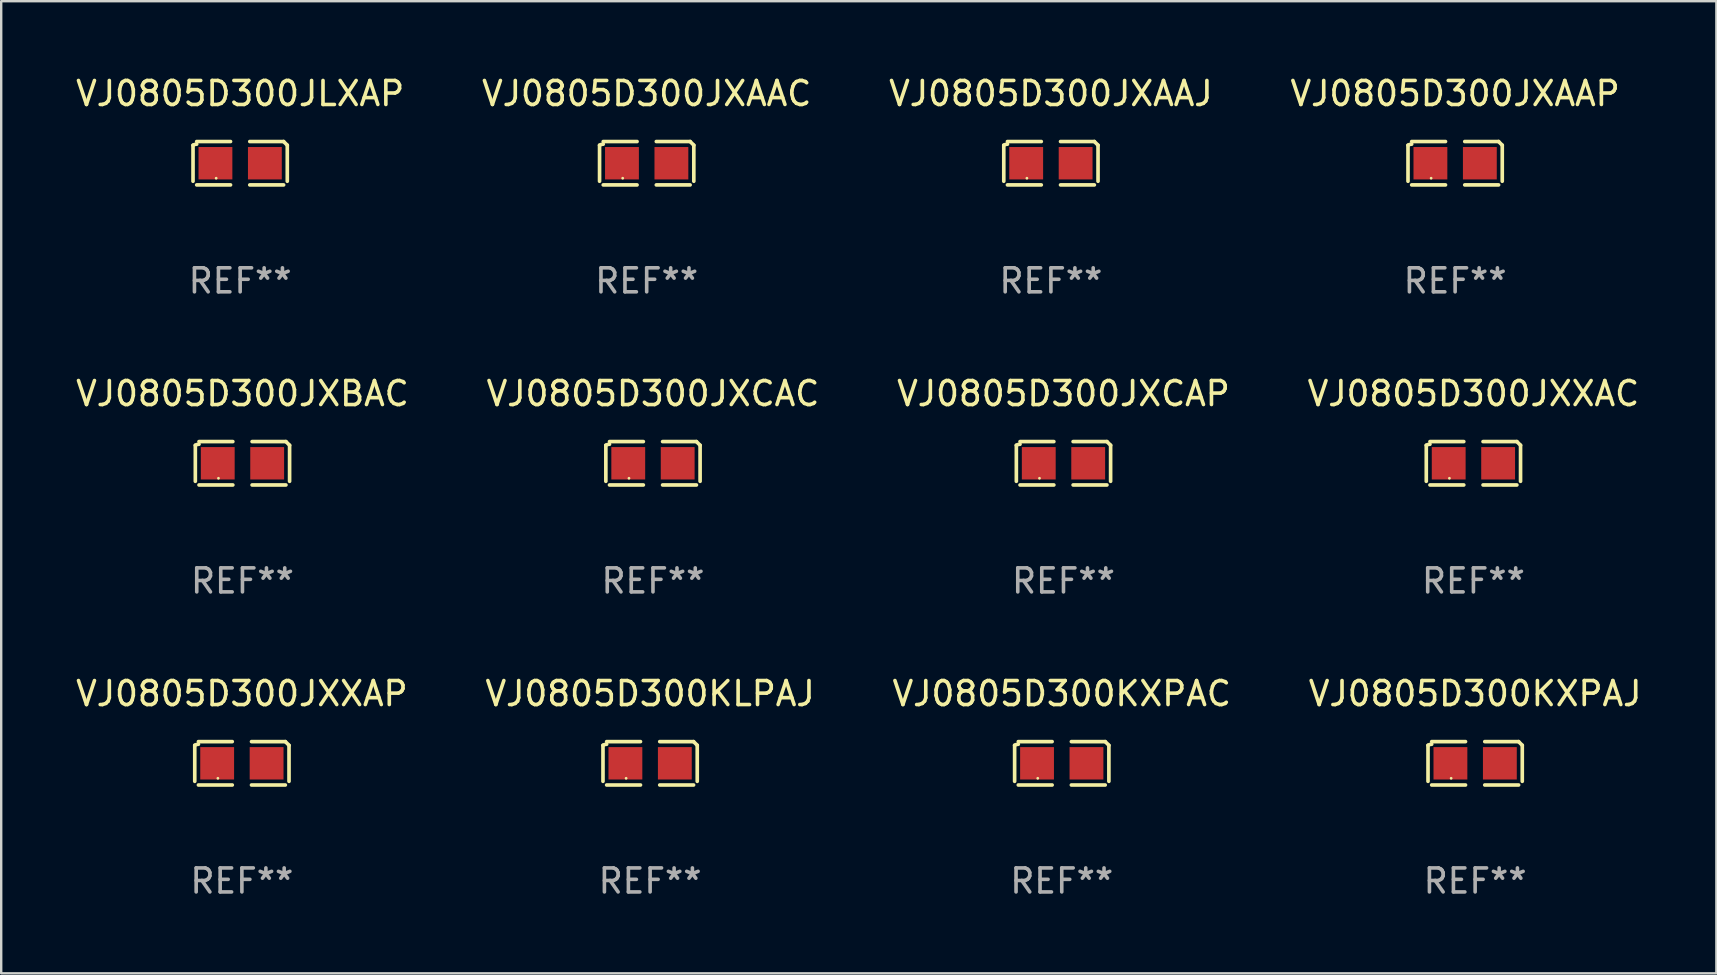
<source format=kicad_pcb>
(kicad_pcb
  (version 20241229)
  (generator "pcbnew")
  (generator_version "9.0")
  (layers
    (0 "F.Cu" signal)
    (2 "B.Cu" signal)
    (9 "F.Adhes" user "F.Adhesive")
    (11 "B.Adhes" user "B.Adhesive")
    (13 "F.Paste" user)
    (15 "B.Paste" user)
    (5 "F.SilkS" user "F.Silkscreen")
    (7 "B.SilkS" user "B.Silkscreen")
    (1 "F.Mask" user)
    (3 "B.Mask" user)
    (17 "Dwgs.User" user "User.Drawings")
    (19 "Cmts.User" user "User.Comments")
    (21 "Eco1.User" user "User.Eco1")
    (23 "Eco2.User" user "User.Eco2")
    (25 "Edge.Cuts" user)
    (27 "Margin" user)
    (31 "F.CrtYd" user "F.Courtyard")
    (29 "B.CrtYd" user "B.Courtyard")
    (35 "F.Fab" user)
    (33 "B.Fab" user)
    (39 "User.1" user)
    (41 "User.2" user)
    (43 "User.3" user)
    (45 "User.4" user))
  (footprint "VJ0805D300JXAAC"
    (layer "F.Cu")
    (at 23.899 3.752)
    (property "Reference" "VJ0805D300JXAAC" (at 0 -2.904 0) (layer "F.SilkS") (effects (font (size 1 1) (thickness 0.15))))
    (attr through_hole)
    (fp_line (start -1.964 0.751) (end -1.964 -0.751) (stroke (width 0.152) (type solid)) (layer "F.SilkS"))
    (fp_line (start -1.811 -0.904) (end -0.401 -0.904) (stroke (width 0.152) (type solid)) (layer "F.SilkS"))
    (fp_line (start -0.401 0.904) (end -1.811 0.904) (stroke (width 0.152) (type solid)) (layer "F.SilkS"))
    (fp_line (start 0.401 0.904) (end 1.811 0.904) (stroke (width 0.152) (type solid)) (layer "F.SilkS"))
    (fp_line (start 1.811 -0.904) (end 0.401 -0.904) (stroke (width 0.152) (type solid)) (layer "F.SilkS"))
    (fp_line (start 1.964 0.751) (end 1.964 -0.751) (stroke (width 0.152) (type solid)) (layer "F.SilkS"))
    (fp_arc (start -1.963602 -0.751207) (mid -1.890354 -0.783131) (end -1.811201 -0.794044) (stroke (width 0.1524) (type solid)) (layer "F.SilkS"))
    (fp_arc (start 1.811202 -0.903607) (mid 1.887413 -0.827418) (end 1.963602 -0.751207) (stroke (width 0.1524) (type solid)) (layer "F.SilkS"))
    (fp_circle (center -1 0.625) (end -0.97 0.625) (stroke (width 0.06) (type solid)) (fill no) (layer "F.SilkS"))
    (fp_text user "REF**" (at 0 4.904 0) (layer "F.Fab") (effects (font (size 1 1) (thickness 0.15))))
    (pad "1" smd rect (at -1.03 0) (size 1.41 1.35) (layers "F.Cu" "F.Mask" "F.Paste"))
    (pad "2" smd rect (at 1.03 0) (size 1.41 1.35) (layers "F.Cu" "F.Mask" "F.Paste")))
  (footprint "VJ0805D300JXXAP"
    (layer "F.Cu")
    (at 7.03 28.759)
    (property "Reference" "VJ0805D300JXXAP" (at 0 -2.904 0) (layer "F.SilkS") (effects (font (size 1 1) (thickness 0.15))))
    (attr through_hole)
    (fp_line (start -1.964 0.751) (end -1.964 -0.751) (stroke (width 0.152) (type solid)) (layer "F.SilkS"))
    (fp_line (start -1.811 -0.904) (end -0.401 -0.904) (stroke (width 0.152) (type solid)) (layer "F.SilkS"))
    (fp_line (start -0.401 0.904) (end -1.811 0.904) (stroke (width 0.152) (type solid)) (layer "F.SilkS"))
    (fp_line (start 0.401 0.904) (end 1.811 0.904) (stroke (width 0.152) (type solid)) (layer "F.SilkS"))
    (fp_line (start 1.811 -0.904) (end 0.401 -0.904) (stroke (width 0.152) (type solid)) (layer "F.SilkS"))
    (fp_line (start 1.964 0.751) (end 1.964 -0.751) (stroke (width 0.152) (type solid)) (layer "F.SilkS"))
    (fp_arc (start -1.963602 -0.751207) (mid -1.890354 -0.783131) (end -1.811201 -0.794044) (stroke (width 0.1524) (type solid)) (layer "F.SilkS"))
    (fp_arc (start 1.811202 -0.903607) (mid 1.887413 -0.827418) (end 1.963602 -0.751207) (stroke (width 0.1524) (type solid)) (layer "F.SilkS"))
    (fp_circle (center -1 0.625) (end -0.97 0.625) (stroke (width 0.06) (type solid)) (fill no) (layer "F.SilkS"))
    (fp_text user "REF**" (at 0 4.904 0) (layer "F.Fab") (effects (font (size 1 1) (thickness 0.15))))
    (pad "1" smd rect (at -1.03 0) (size 1.41 1.35) (layers "F.Cu" "F.Mask" "F.Paste"))
    (pad "2" smd rect (at 1.03 0) (size 1.41 1.35) (layers "F.Cu" "F.Mask" "F.Paste")))
  (footprint "VJ0805D300KXPAC"
    (layer "F.Cu")
    (at 41.196 28.759)
    (property "Reference" "VJ0805D300KXPAC" (at 0 -2.904 0) (layer "F.SilkS") (effects (font (size 1 1) (thickness 0.15))))
    (attr through_hole)
    (fp_line (start -1.964 0.751) (end -1.964 -0.751) (stroke (width 0.152) (type solid)) (layer "F.SilkS"))
    (fp_line (start -1.811 -0.904) (end -0.401 -0.904) (stroke (width 0.152) (type solid)) (layer "F.SilkS"))
    (fp_line (start -0.401 0.904) (end -1.811 0.904) (stroke (width 0.152) (type solid)) (layer "F.SilkS"))
    (fp_line (start 0.401 0.904) (end 1.811 0.904) (stroke (width 0.152) (type solid)) (layer "F.SilkS"))
    (fp_line (start 1.811 -0.904) (end 0.401 -0.904) (stroke (width 0.152) (type solid)) (layer "F.SilkS"))
    (fp_line (start 1.964 0.751) (end 1.964 -0.751) (stroke (width 0.152) (type solid)) (layer "F.SilkS"))
    (fp_arc (start -1.963602 -0.751207) (mid -1.890354 -0.783131) (end -1.811201 -0.794044) (stroke (width 0.1524) (type solid)) (layer "F.SilkS"))
    (fp_arc (start 1.811202 -0.903607) (mid 1.887413 -0.827418) (end 1.963602 -0.751207) (stroke (width 0.1524) (type solid)) (layer "F.SilkS"))
    (fp_circle (center -1 0.625) (end -0.97 0.625) (stroke (width 0.06) (type solid)) (fill no) (layer "F.SilkS"))
    (fp_text user "REF**" (at 0 4.904 0) (layer "F.Fab") (effects (font (size 1 1) (thickness 0.15))))
    (pad "1" smd rect (at -1.03 0) (size 1.41 1.35) (layers "F.Cu" "F.Mask" "F.Paste"))
    (pad "2" smd rect (at 1.03 0) (size 1.41 1.35) (layers "F.Cu" "F.Mask" "F.Paste")))
  (footprint "VJ0805D300JXCAP"
    (layer "F.Cu")
    (at 41.268 16.256)
    (property "Reference" "VJ0805D300JXCAP" (at 0 -2.904 0) (layer "F.SilkS") (effects (font (size 1 1) (thickness 0.15))))
    (attr through_hole)
    (fp_line (start -1.964 0.751) (end -1.964 -0.751) (stroke (width 0.152) (type solid)) (layer "F.SilkS"))
    (fp_line (start -1.811 -0.904) (end -0.401 -0.904) (stroke (width 0.152) (type solid)) (layer "F.SilkS"))
    (fp_line (start -0.401 0.904) (end -1.811 0.904) (stroke (width 0.152) (type solid)) (layer "F.SilkS"))
    (fp_line (start 0.401 0.904) (end 1.811 0.904) (stroke (width 0.152) (type solid)) (layer "F.SilkS"))
    (fp_line (start 1.811 -0.904) (end 0.401 -0.904) (stroke (width 0.152) (type solid)) (layer "F.SilkS"))
    (fp_line (start 1.964 0.751) (end 1.964 -0.751) (stroke (width 0.152) (type solid)) (layer "F.SilkS"))
    (fp_arc (start -1.963602 -0.751207) (mid -1.890354 -0.783131) (end -1.811201 -0.794044) (stroke (width 0.1524) (type solid)) (layer "F.SilkS"))
    (fp_arc (start 1.811202 -0.903607) (mid 1.887413 -0.827418) (end 1.963602 -0.751207) (stroke (width 0.1524) (type solid)) (layer "F.SilkS"))
    (fp_circle (center -1 0.625) (end -0.97 0.625) (stroke (width 0.06) (type solid)) (fill no) (layer "F.SilkS"))
    (fp_text user "REF**" (at 0 4.904 0) (layer "F.Fab") (effects (font (size 1 1) (thickness 0.15))))
    (pad "1" smd rect (at -1.03 0) (size 1.41 1.35) (layers "F.Cu" "F.Mask" "F.Paste"))
    (pad "2" smd rect (at 1.03 0) (size 1.41 1.35) (layers "F.Cu" "F.Mask" "F.Paste")))
  (footprint "VJ0805D300KXPAJ"
    (layer "F.Cu")
    (at 58.423 28.759)
    (property "Reference" "VJ0805D300KXPAJ" (at 0 -2.904 0) (layer "F.SilkS") (effects (font (size 1 1) (thickness 0.15))))
    (attr through_hole)
    (fp_line (start -1.964 0.751) (end -1.964 -0.751) (stroke (width 0.152) (type solid)) (layer "F.SilkS"))
    (fp_line (start -1.811 -0.904) (end -0.401 -0.904) (stroke (width 0.152) (type solid)) (layer "F.SilkS"))
    (fp_line (start -0.401 0.904) (end -1.811 0.904) (stroke (width 0.152) (type solid)) (layer "F.SilkS"))
    (fp_line (start 0.401 0.904) (end 1.811 0.904) (stroke (width 0.152) (type solid)) (layer "F.SilkS"))
    (fp_line (start 1.811 -0.904) (end 0.401 -0.904) (stroke (width 0.152) (type solid)) (layer "F.SilkS"))
    (fp_line (start 1.964 0.751) (end 1.964 -0.751) (stroke (width 0.152) (type solid)) (layer "F.SilkS"))
    (fp_arc (start -1.963602 -0.751207) (mid -1.890354 -0.783131) (end -1.811201 -0.794044) (stroke (width 0.1524) (type solid)) (layer "F.SilkS"))
    (fp_arc (start 1.811202 -0.903607) (mid 1.887413 -0.827418) (end 1.963602 -0.751207) (stroke (width 0.1524) (type solid)) (layer "F.SilkS"))
    (fp_circle (center -1 0.625) (end -0.97 0.625) (stroke (width 0.06) (type solid)) (fill no) (layer "F.SilkS"))
    (fp_text user "REF**" (at 0 4.904 0) (layer "F.Fab") (effects (font (size 1 1) (thickness 0.15))))
    (pad "1" smd rect (at -1.03 0) (size 1.41 1.35) (layers "F.Cu" "F.Mask" "F.Paste"))
    (pad "2" smd rect (at 1.03 0) (size 1.41 1.35) (layers "F.Cu" "F.Mask" "F.Paste")))
  (footprint "VJ0805D300JXAAJ"
    (layer "F.Cu")
    (at 40.744 3.752)
    (property "Reference" "VJ0805D300JXAAJ" (at 0 -2.904 0) (layer "F.SilkS") (effects (font (size 1 1) (thickness 0.15))))
    (attr through_hole)
    (fp_line (start -1.964 0.751) (end -1.964 -0.751) (stroke (width 0.152) (type solid)) (layer "F.SilkS"))
    (fp_line (start -1.811 -0.904) (end -0.401 -0.904) (stroke (width 0.152) (type solid)) (layer "F.SilkS"))
    (fp_line (start -0.401 0.904) (end -1.811 0.904) (stroke (width 0.152) (type solid)) (layer "F.SilkS"))
    (fp_line (start 0.401 0.904) (end 1.811 0.904) (stroke (width 0.152) (type solid)) (layer "F.SilkS"))
    (fp_line (start 1.811 -0.904) (end 0.401 -0.904) (stroke (width 0.152) (type solid)) (layer "F.SilkS"))
    (fp_line (start 1.964 0.751) (end 1.964 -0.751) (stroke (width 0.152) (type solid)) (layer "F.SilkS"))
    (fp_arc (start -1.963602 -0.751207) (mid -1.890354 -0.783131) (end -1.811201 -0.794044) (stroke (width 0.1524) (type solid)) (layer "F.SilkS"))
    (fp_arc (start 1.811202 -0.903607) (mid 1.887413 -0.827418) (end 1.963602 -0.751207) (stroke (width 0.1524) (type solid)) (layer "F.SilkS"))
    (fp_circle (center -1 0.625) (end -0.97 0.625) (stroke (width 0.06) (type solid)) (fill no) (layer "F.SilkS"))
    (fp_text user "REF**" (at 0 4.904 0) (layer "F.Fab") (effects (font (size 1 1) (thickness 0.15))))
    (pad "1" smd rect (at -1.03 0) (size 1.41 1.35) (layers "F.Cu" "F.Mask" "F.Paste"))
    (pad "2" smd rect (at 1.03 0) (size 1.41 1.35) (layers "F.Cu" "F.Mask" "F.Paste")))
  (footprint "VJ0805D300KLPAJ"
    (layer "F.Cu")
    (at 24.042 28.759)
    (property "Reference" "VJ0805D300KLPAJ" (at 0 -2.904 0) (layer "F.SilkS") (effects (font (size 1 1) (thickness 0.15))))
    (attr through_hole)
    (fp_line (start -1.964 0.751) (end -1.964 -0.751) (stroke (width 0.152) (type solid)) (layer "F.SilkS"))
    (fp_line (start -1.811 -0.904) (end -0.401 -0.904) (stroke (width 0.152) (type solid)) (layer "F.SilkS"))
    (fp_line (start -0.401 0.904) (end -1.811 0.904) (stroke (width 0.152) (type solid)) (layer "F.SilkS"))
    (fp_line (start 0.401 0.904) (end 1.811 0.904) (stroke (width 0.152) (type solid)) (layer "F.SilkS"))
    (fp_line (start 1.811 -0.904) (end 0.401 -0.904) (stroke (width 0.152) (type solid)) (layer "F.SilkS"))
    (fp_line (start 1.964 0.751) (end 1.964 -0.751) (stroke (width 0.152) (type solid)) (layer "F.SilkS"))
    (fp_arc (start -1.963602 -0.751207) (mid -1.890354 -0.783131) (end -1.811201 -0.794044) (stroke (width 0.1524) (type solid)) (layer "F.SilkS"))
    (fp_arc (start 1.811202 -0.903607) (mid 1.887413 -0.827418) (end 1.963602 -0.751207) (stroke (width 0.1524) (type solid)) (layer "F.SilkS"))
    (fp_circle (center -1 0.625) (end -0.97 0.625) (stroke (width 0.06) (type solid)) (fill no) (layer "F.SilkS"))
    (fp_text user "REF**" (at 0 4.904 0) (layer "F.Fab") (effects (font (size 1 1) (thickness 0.15))))
    (pad "1" smd rect (at -1.03 0) (size 1.41 1.35) (layers "F.Cu" "F.Mask" "F.Paste"))
    (pad "2" smd rect (at 1.03 0) (size 1.41 1.35) (layers "F.Cu" "F.Mask" "F.Paste")))
  (footprint "VJ0805D300JXCAC"
    (layer "F.Cu")
    (at 24.161 16.256)
    (property "Reference" "VJ0805D300JXCAC" (at 0 -2.904 0) (layer "F.SilkS") (effects (font (size 1 1) (thickness 0.15))))
    (attr through_hole)
    (fp_line (start -1.964 0.751) (end -1.964 -0.751) (stroke (width 0.152) (type solid)) (layer "F.SilkS"))
    (fp_line (start -1.811 -0.904) (end -0.401 -0.904) (stroke (width 0.152) (type solid)) (layer "F.SilkS"))
    (fp_line (start -0.401 0.904) (end -1.811 0.904) (stroke (width 0.152) (type solid)) (layer "F.SilkS"))
    (fp_line (start 0.401 0.904) (end 1.811 0.904) (stroke (width 0.152) (type solid)) (layer "F.SilkS"))
    (fp_line (start 1.811 -0.904) (end 0.401 -0.904) (stroke (width 0.152) (type solid)) (layer "F.SilkS"))
    (fp_line (start 1.964 0.751) (end 1.964 -0.751) (stroke (width 0.152) (type solid)) (layer "F.SilkS"))
    (fp_arc (start -1.963602 -0.751207) (mid -1.890354 -0.783131) (end -1.811201 -0.794044) (stroke (width 0.1524) (type solid)) (layer "F.SilkS"))
    (fp_arc (start 1.811202 -0.903607) (mid 1.887413 -0.827418) (end 1.963602 -0.751207) (stroke (width 0.1524) (type solid)) (layer "F.SilkS"))
    (fp_circle (center -1 0.625) (end -0.97 0.625) (stroke (width 0.06) (type solid)) (fill no) (layer "F.SilkS"))
    (fp_text user "REF**" (at 0 4.904 0) (layer "F.Fab") (effects (font (size 1 1) (thickness 0.15))))
    (pad "1" smd rect (at -1.03 0) (size 1.41 1.35) (layers "F.Cu" "F.Mask" "F.Paste"))
    (pad "2" smd rect (at 1.03 0) (size 1.41 1.35) (layers "F.Cu" "F.Mask" "F.Paste")))
  (footprint "VJ0805D300JXAAP"
    (layer "F.Cu")
    (at 57.589 3.752)
    (property "Reference" "VJ0805D300JXAAP" (at 0 -2.904 0) (layer "F.SilkS") (effects (font (size 1 1) (thickness 0.15))))
    (attr through_hole)
    (fp_line (start -1.964 0.751) (end -1.964 -0.751) (stroke (width 0.152) (type solid)) (layer "F.SilkS"))
    (fp_line (start -1.811 -0.904) (end -0.401 -0.904) (stroke (width 0.152) (type solid)) (layer "F.SilkS"))
    (fp_line (start -0.401 0.904) (end -1.811 0.904) (stroke (width 0.152) (type solid)) (layer "F.SilkS"))
    (fp_line (start 0.401 0.904) (end 1.811 0.904) (stroke (width 0.152) (type solid)) (layer "F.SilkS"))
    (fp_line (start 1.811 -0.904) (end 0.401 -0.904) (stroke (width 0.152) (type solid)) (layer "F.SilkS"))
    (fp_line (start 1.964 0.751) (end 1.964 -0.751) (stroke (width 0.152) (type solid)) (layer "F.SilkS"))
    (fp_arc (start -1.963602 -0.751207) (mid -1.890354 -0.783131) (end -1.811201 -0.794044) (stroke (width 0.1524) (type solid)) (layer "F.SilkS"))
    (fp_arc (start 1.811202 -0.903607) (mid 1.887413 -0.827418) (end 1.963602 -0.751207) (stroke (width 0.1524) (type solid)) (layer "F.SilkS"))
    (fp_circle (center -1 0.625) (end -0.97 0.625) (stroke (width 0.06) (type solid)) (fill no) (layer "F.SilkS"))
    (fp_text user "REF**" (at 0 4.904 0) (layer "F.Fab") (effects (font (size 1 1) (thickness 0.15))))
    (pad "1" smd rect (at -1.03 0) (size 1.41 1.35) (layers "F.Cu" "F.Mask" "F.Paste"))
    (pad "2" smd rect (at 1.03 0) (size 1.41 1.35) (layers "F.Cu" "F.Mask" "F.Paste")))
  (footprint "VJ0805D300JLXAP"
    (layer "F.Cu")
    (at 6.958 3.752)
    (property "Reference" "VJ0805D300JLXAP" (at 0 -2.904 0) (layer "F.SilkS") (effects (font (size 1 1) (thickness 0.15))))
    (attr through_hole)
    (fp_line (start -1.964 0.751) (end -1.964 -0.751) (stroke (width 0.152) (type solid)) (layer "F.SilkS"))
    (fp_line (start -1.811 -0.904) (end -0.401 -0.904) (stroke (width 0.152) (type solid)) (layer "F.SilkS"))
    (fp_line (start -0.401 0.904) (end -1.811 0.904) (stroke (width 0.152) (type solid)) (layer "F.SilkS"))
    (fp_line (start 0.401 0.904) (end 1.811 0.904) (stroke (width 0.152) (type solid)) (layer "F.SilkS"))
    (fp_line (start 1.811 -0.904) (end 0.401 -0.904) (stroke (width 0.152) (type solid)) (layer "F.SilkS"))
    (fp_line (start 1.964 0.751) (end 1.964 -0.751) (stroke (width 0.152) (type solid)) (layer "F.SilkS"))
    (fp_arc (start -1.963602 -0.751207) (mid -1.890354 -0.783131) (end -1.811201 -0.794044) (stroke (width 0.1524) (type solid)) (layer "F.SilkS"))
    (fp_arc (start 1.811202 -0.903607) (mid 1.887413 -0.827418) (end 1.963602 -0.751207) (stroke (width 0.1524) (type solid)) (layer "F.SilkS"))
    (fp_circle (center -1 0.625) (end -0.97 0.625) (stroke (width 0.06) (type solid)) (fill no) (layer "F.SilkS"))
    (fp_text user "REF**" (at 0 4.904 0) (layer "F.Fab") (effects (font (size 1 1) (thickness 0.15))))
    (pad "1" smd rect (at -1.03 0) (size 1.41 1.35) (layers "F.Cu" "F.Mask" "F.Paste"))
    (pad "2" smd rect (at 1.03 0) (size 1.41 1.35) (layers "F.Cu" "F.Mask" "F.Paste")))
  (footprint "VJ0805D300JXBAC"
    (layer "F.Cu")
    (at 7.054 16.256)
    (property "Reference" "VJ0805D300JXBAC" (at 0 -2.904 0) (layer "F.SilkS") (effects (font (size 1 1) (thickness 0.15))))
    (attr through_hole)
    (fp_line (start -1.964 0.751) (end -1.964 -0.751) (stroke (width 0.152) (type solid)) (layer "F.SilkS"))
    (fp_line (start -1.811 -0.904) (end -0.401 -0.904) (stroke (width 0.152) (type solid)) (layer "F.SilkS"))
    (fp_line (start -0.401 0.904) (end -1.811 0.904) (stroke (width 0.152) (type solid)) (layer "F.SilkS"))
    (fp_line (start 0.401 0.904) (end 1.811 0.904) (stroke (width 0.152) (type solid)) (layer "F.SilkS"))
    (fp_line (start 1.811 -0.904) (end 0.401 -0.904) (stroke (width 0.152) (type solid)) (layer "F.SilkS"))
    (fp_line (start 1.964 0.751) (end 1.964 -0.751) (stroke (width 0.152) (type solid)) (layer "F.SilkS"))
    (fp_arc (start -1.963602 -0.751207) (mid -1.890354 -0.783131) (end -1.811201 -0.794044) (stroke (width 0.1524) (type solid)) (layer "F.SilkS"))
    (fp_arc (start 1.811202 -0.903607) (mid 1.887413 -0.827418) (end 1.963602 -0.751207) (stroke (width 0.1524) (type solid)) (layer "F.SilkS"))
    (fp_circle (center -1 0.625) (end -0.97 0.625) (stroke (width 0.06) (type solid)) (fill no) (layer "F.SilkS"))
    (fp_text user "REF**" (at 0 4.904 0) (layer "F.Fab") (effects (font (size 1 1) (thickness 0.15))))
    (pad "1" smd rect (at -1.03 0) (size 1.41 1.35) (layers "F.Cu" "F.Mask" "F.Paste"))
    (pad "2" smd rect (at 1.03 0) (size 1.41 1.35) (layers "F.Cu" "F.Mask" "F.Paste")))
  (footprint "VJ0805D300JXXAC"
    (layer "F.Cu")
    (at 58.351 16.256)
    (property "Reference" "VJ0805D300JXXAC" (at 0 -2.904 0) (layer "F.SilkS") (effects (font (size 1 1) (thickness 0.15))))
    (attr through_hole)
    (fp_line (start -1.964 0.751) (end -1.964 -0.751) (stroke (width 0.152) (type solid)) (layer "F.SilkS"))
    (fp_line (start -1.811 -0.904) (end -0.401 -0.904) (stroke (width 0.152) (type solid)) (layer "F.SilkS"))
    (fp_line (start -0.401 0.904) (end -1.811 0.904) (stroke (width 0.152) (type solid)) (layer "F.SilkS"))
    (fp_line (start 0.401 0.904) (end 1.811 0.904) (stroke (width 0.152) (type solid)) (layer "F.SilkS"))
    (fp_line (start 1.811 -0.904) (end 0.401 -0.904) (stroke (width 0.152) (type solid)) (layer "F.SilkS"))
    (fp_line (start 1.964 0.751) (end 1.964 -0.751) (stroke (width 0.152) (type solid)) (layer "F.SilkS"))
    (fp_arc (start -1.963602 -0.751207) (mid -1.890354 -0.783131) (end -1.811201 -0.794044) (stroke (width 0.1524) (type solid)) (layer "F.SilkS"))
    (fp_arc (start 1.811202 -0.903607) (mid 1.887413 -0.827418) (end 1.963602 -0.751207) (stroke (width 0.1524) (type solid)) (layer "F.SilkS"))
    (fp_circle (center -1 0.625) (end -0.97 0.625) (stroke (width 0.06) (type solid)) (fill no) (layer "F.SilkS"))
    (fp_text user "REF**" (at 0 4.904 0) (layer "F.Fab") (effects (font (size 1 1) (thickness 0.15))))
    (pad "1" smd rect (at -1.03 0) (size 1.41 1.35) (layers "F.Cu" "F.Mask" "F.Paste"))
    (pad "2" smd rect (at 1.03 0) (size 1.41 1.35) (layers "F.Cu" "F.Mask" "F.Paste")))
  (gr_rect
    (start -3 -3)
    (end 68.476 37.511)
    (stroke (width 0.1) (type default))
    (fill no)
    (layer "Edge.Cuts")))
</source>
